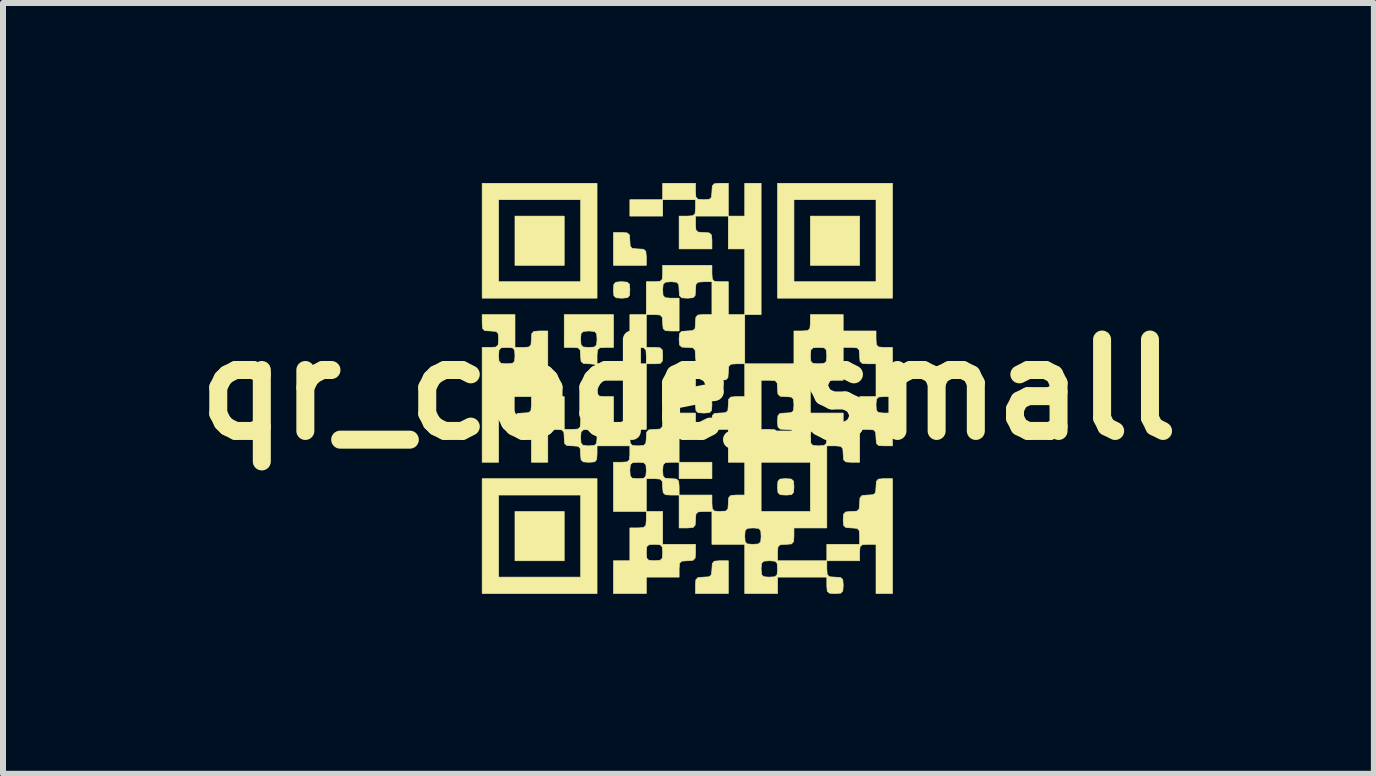
<source format=kicad_pcb>
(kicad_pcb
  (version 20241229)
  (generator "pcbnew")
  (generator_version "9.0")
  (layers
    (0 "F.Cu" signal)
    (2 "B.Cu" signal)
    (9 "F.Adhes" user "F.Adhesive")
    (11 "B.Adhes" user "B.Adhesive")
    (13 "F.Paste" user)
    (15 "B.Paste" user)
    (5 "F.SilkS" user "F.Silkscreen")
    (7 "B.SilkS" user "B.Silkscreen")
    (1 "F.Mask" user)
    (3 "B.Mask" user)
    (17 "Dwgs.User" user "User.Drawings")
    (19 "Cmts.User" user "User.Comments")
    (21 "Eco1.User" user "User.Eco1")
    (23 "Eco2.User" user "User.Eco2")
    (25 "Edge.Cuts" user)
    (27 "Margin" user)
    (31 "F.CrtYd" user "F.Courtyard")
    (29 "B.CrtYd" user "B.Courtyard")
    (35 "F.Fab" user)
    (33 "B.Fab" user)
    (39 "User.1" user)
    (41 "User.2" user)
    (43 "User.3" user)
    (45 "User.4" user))
  (footprint "qr_code_small"
    (layer "F.Cu")
    (at 8.426 3.444)
    (property "Reference" "qr_code_small" (at 0 0 0) (layer "F.SilkS") (effects (font (size 1.524 1.524) (thickness 0.3))))
    (attr through_hole)
    (fp_poly (pts (xy -2.071 -2.071) (xy -2.892 -2.071) (xy -2.892 -2.892) (xy -2.071 -2.892) (xy -2.071 -2.071)) (stroke (width 0.01) (type solid)) (fill yes) (layer "F.SilkS"))
    (fp_poly (pts (xy -2.071 2.853) (xy -2.892 2.853) (xy -2.892 2.032) (xy -2.071 2.032) (xy -2.071 2.853)) (stroke (width 0.01) (type solid)) (fill yes) (layer "F.SilkS"))
    (fp_poly (pts (xy -0.43 -2.892) (xy -0.977 -2.892) (xy -0.977 -3.165) (xy -0.43 -3.165) (xy -0.43 -2.892)) (stroke (width 0.01) (type solid)) (fill yes) (layer "F.SilkS"))
    (fp_poly (pts (xy 0.391 1.485) (xy -0.156 1.485) (xy -0.156 1.211) (xy 0.391 1.211) (xy 0.391 1.485)) (stroke (width 0.01) (type solid)) (fill yes) (layer "F.SilkS"))
    (fp_poly (pts (xy 2.853 -2.071) (xy 2.032 -2.071) (xy 2.032 -2.892) (xy 2.853 -2.892) (xy 2.853 -2.071)) (stroke (width 0.01) (type solid)) (fill yes) (layer "F.SilkS"))
    (fp_poly (pts (xy 0.938 -2.345) (xy 0.664 -2.345) (xy 0.664 -2.892) (xy 0.938 -2.892) (xy 0.938 -3.439) (xy 1.211 -3.439) (xy 1.211 -1.25) (xy 0.938 -1.25) (xy 0.938 -2.345)) (stroke (width 0.01) (type solid)) (fill yes) (layer "F.SilkS"))
    (fp_poly (pts (xy -1.524 -1.524) (xy -3.439 -1.524) (xy -3.439 -3.165) (xy -3.165 -3.165) (xy -3.165 -1.798) (xy -1.798 -1.798) (xy -1.798 -3.165) (xy -3.165 -3.165) (xy -3.439 -3.165) (xy -3.439 -3.439) (xy -1.524 -3.439) (xy -1.524 -1.524)) (stroke (width 0.01) (type solid)) (fill yes) (layer "F.SilkS"))
    (fp_poly (pts (xy -1.524 3.4) (xy -3.439 3.4) (xy -3.439 1.758) (xy -3.165 1.758) (xy -3.165 3.126) (xy -1.798 3.126) (xy -1.798 1.758) (xy -3.165 1.758) (xy -3.439 1.758) (xy -3.439 1.485) (xy -1.524 1.485) (xy -1.524 3.4)) (stroke (width 0.01) (type solid)) (fill yes) (layer "F.SilkS"))
    (fp_poly (pts (xy 3.4 -1.524) (xy 1.485 -1.524) (xy 1.485 -3.165) (xy 1.758 -3.165) (xy 1.758 -1.798) (xy 3.126 -1.798) (xy 3.126 -3.165) (xy 1.758 -3.165) (xy 1.485 -3.165) (xy 1.485 -3.439) (xy 3.4 -3.439) (xy 3.4 -1.524)) (stroke (width 0.01) (type solid)) (fill yes) (layer "F.SilkS"))
    (fp_poly (pts (xy 0.254 0.117) (xy 0.346 0.123) (xy 0.383 0.157) (xy 0.391 0.244) (xy 0.391 0.254) (xy 0.385 0.346) (xy 0.351 0.383) (xy 0.264 0.391) (xy 0.254 0.391) (xy 0.162 0.385) (xy 0.125 0.351) (xy 0.117 0.264) (xy 0.117 0.254) (xy 0.117 0.117) (xy 0.254 0.117)) (stroke (width 0.01) (type solid)) (fill yes) (layer "F.SilkS"))
    (fp_poly (pts (xy -1.022 -2.612) (xy -0.984 -2.578) (xy -0.977 -2.492) (xy -0.977 -2.481) (xy -0.971 -2.39) (xy -0.937 -2.352) (xy -0.851 -2.345) (xy -0.84 -2.345) (xy -0.748 -2.339) (xy -0.711 -2.304) (xy -0.703 -2.218) (xy -0.703 -2.208) (xy -0.703 -2.071) (xy -1.25 -2.071) (xy -1.25 -2.618) (xy -1.114 -2.618) (xy -1.022 -2.612)) (stroke (width 0.01) (type solid)) (fill yes) (layer "F.SilkS"))
    (fp_poly (pts (xy -1.022 -1.791) (xy -0.984 -1.757) (xy -0.977 -1.671) (xy -0.977 -1.661) (xy -0.983 -1.569) (xy -1.017 -1.532) (xy -1.103 -1.524) (xy -1.114 -1.524) (xy -1.205 -1.53) (xy -1.243 -1.564) (xy -1.25 -1.65) (xy -1.25 -1.661) (xy -1.244 -1.752) (xy -1.21 -1.79) (xy -1.124 -1.798) (xy -1.114 -1.798) (xy -1.022 -1.791)) (stroke (width 0.01) (type solid)) (fill yes) (layer "F.SilkS"))
    (fp_poly (pts (xy -0.43 0.117) (xy -0.43 -0.02) (xy -0.424 -0.111) (xy -0.39 -0.149) (xy -0.303 -0.156) (xy -0.293 -0.156) (xy -0.201 -0.162) (xy -0.164 -0.196) (xy -0.156 -0.283) (xy -0.156 -0.293) (xy -0.15 -0.385) (xy -0.116 -0.422) (xy -0.03 -0.43) (xy -0.02 -0.43) (xy 0.117 -0.43) (xy 0.117 0.117) (xy -0.43 0.117)) (stroke (width 0.01) (type solid)) (fill yes) (layer "F.SilkS"))
    (fp_poly (pts (xy 0.664 3.4) (xy 0.117 3.4) (xy 0.117 3.263) (xy 0.123 3.171) (xy 0.157 3.134) (xy 0.244 3.126) (xy 0.254 3.126) (xy 0.346 3.12) (xy 0.383 3.086) (xy 0.391 3) (xy 0.391 2.989) (xy 0.397 2.898) (xy 0.431 2.86) (xy 0.517 2.853) (xy 0.528 2.853) (xy 0.664 2.853) (xy 0.664 3.4)) (stroke (width 0.01) (type solid)) (fill yes) (layer "F.SilkS"))
    (fp_poly (pts (xy 1.713 1.491) (xy 1.751 1.525) (xy 1.758 1.611) (xy 1.758 1.622) (xy 1.752 1.713) (xy 1.718 1.751) (xy 1.632 1.758) (xy 1.622 1.758) (xy 1.53 1.752) (xy 1.492 1.718) (xy 1.485 1.632) (xy 1.485 1.622) (xy 1.491 1.53) (xy 1.525 1.492) (xy 1.611 1.485) (xy 1.622 1.485) (xy 1.713 1.491)) (stroke (width 0.01) (type solid)) (fill yes) (layer "F.SilkS"))
    (fp_poly (pts (xy 0.117 -2.892) (xy 0.117 -2.755) (xy 0.123 -2.663) (xy 0.157 -2.626) (xy 0.244 -2.618) (xy 0.254 -2.618) (xy 0.346 -2.612) (xy 0.383 -2.578) (xy 0.391 -2.492) (xy 0.391 -2.481) (xy 0.391 -2.345) (xy -0.156 -2.345) (xy -0.156 -2.892) (xy -0.02 -2.892) (xy 0.072 -2.898) (xy 0.11 -2.932) (xy 0.117 -3.018) (xy 0.117 -3.028) (xy 0.117 -3.165) (xy -0.43 -3.165) (xy -0.43 -3.439) (xy 0.117 -3.439) (xy 0.117 -3.302) (xy 0.123 -3.21) (xy 0.157 -3.173) (xy 0.244 -3.165) (xy 0.254 -3.165) (xy 0.346 -3.171) (xy 0.383 -3.205) (xy 0.391 -3.292) (xy 0.391 -3.302) (xy 0.397 -3.394) (xy 0.431 -3.431) (xy 0.517 -3.439) (xy 0.528 -3.439) (xy 0.664 -3.439) (xy 0.664 -2.892) (xy 0.117 -2.892)) (stroke (width 0.01) (type solid)) (fill yes) (layer "F.SilkS"))
    (fp_poly (pts (xy 2.306 2.579) (xy 2.853 2.579) (xy 2.853 2.442) (xy 2.847 2.351) (xy 2.812 2.313) (xy 2.726 2.306) (xy 2.716 2.306) (xy 2.624 2.299) (xy 2.587 2.265) (xy 2.579 2.179) (xy 2.579 2.169) (xy 2.585 2.077) (xy 2.619 2.04) (xy 2.705 2.032) (xy 2.716 2.032) (xy 2.808 2.026) (xy 2.845 1.992) (xy 2.853 1.906) (xy 2.853 1.895) (xy 2.859 1.804) (xy 2.893 1.766) (xy 2.979 1.758) (xy 2.989 1.758) (xy 3.081 1.752) (xy 3.119 1.718) (xy 3.126 1.632) (xy 3.126 1.622) (xy 3.132 1.53) (xy 3.166 1.492) (xy 3.253 1.485) (xy 3.263 1.485) (xy 3.4 1.485) (xy 3.4 3.4) (xy 3.126 3.4) (xy 3.126 2.579) (xy 2.989 2.579) (xy 2.898 2.585) (xy 2.86 2.619) (xy 2.853 2.705) (xy 2.853 2.716) (xy 2.853 2.853) (xy 2.306 2.853) (xy 2.306 2.579)) (stroke (width 0.01) (type solid)) (fill yes) (layer "F.SilkS"))
    (fp_poly (pts (xy -0.43 2.032) (xy -0.43 2.579) (xy 0.117 2.579) (xy 0.117 2.716) (xy 0.111 2.808) (xy 0.077 2.845) (xy -0.009 2.853) (xy -0.02 2.853) (xy -0.111 2.859) (xy -0.149 2.893) (xy -0.156 2.979) (xy -0.156 2.989) (xy -0.156 3.126) (xy -0.703 3.126) (xy -0.703 3.4) (xy -1.25 3.4) (xy -1.25 2.853) (xy -0.977 2.853) (xy -0.977 2.716) (xy -0.703 2.716) (xy -0.697 2.808) (xy -0.663 2.845) (xy -0.577 2.853) (xy -0.567 2.853) (xy -0.475 2.847) (xy -0.437 2.812) (xy -0.43 2.726) (xy -0.43 2.716) (xy -0.436 2.624) (xy -0.47 2.587) (xy -0.556 2.579) (xy -0.567 2.579) (xy -0.658 2.585) (xy -0.696 2.619) (xy -0.703 2.705) (xy -0.703 2.716) (xy -0.977 2.716) (xy -0.977 2.306) (xy -0.84 2.306) (xy -0.748 2.299) (xy -0.711 2.265) (xy -0.703 2.179) (xy -0.703 2.169) (xy -0.703 2.032) (xy -0.43 2.032)) (stroke (width 0.01) (type solid)) (fill yes) (layer "F.SilkS"))
    (fp_poly (pts (xy 2.306 2.989) (xy 2.312 3.081) (xy 2.346 3.119) (xy 2.432 3.126) (xy 2.442 3.126) (xy 2.534 3.132) (xy 2.572 3.166) (xy 2.579 3.253) (xy 2.579 3.263) (xy 2.573 3.355) (xy 2.539 3.392) (xy 2.453 3.4) (xy 2.442 3.4) (xy 2.351 3.394) (xy 2.313 3.36) (xy 2.306 3.273) (xy 2.306 3.263) (xy 2.306 3.126) (xy 1.485 3.126) (xy 1.485 3.4) (xy 0.938 3.4) (xy 0.938 2.989) (xy 1.211 2.989) (xy 1.217 3.081) (xy 1.252 3.119) (xy 1.338 3.126) (xy 1.348 3.126) (xy 1.44 3.12) (xy 1.477 3.086) (xy 1.485 3) (xy 1.485 2.989) (xy 1.479 2.898) (xy 1.445 2.86) (xy 1.359 2.853) (xy 1.348 2.853) (xy 1.256 2.859) (xy 1.219 2.893) (xy 1.211 2.979) (xy 1.211 2.989) (xy 0.938 2.989) (xy 0.938 2.579) (xy 0.391 2.579) (xy 0.391 2.442) (xy 0.938 2.442) (xy 0.944 2.534) (xy 0.978 2.572) (xy 1.064 2.579) (xy 1.075 2.579) (xy 1.166 2.573) (xy 1.204 2.539) (xy 1.211 2.453) (xy 1.211 2.442) (xy 1.205 2.351) (xy 1.171 2.313) (xy 1.085 2.306) (xy 1.075 2.306) (xy 0.983 2.312) (xy 0.945 2.346) (xy 0.938 2.432) (xy 0.938 2.442) (xy 0.391 2.442) (xy 0.391 2.032) (xy 0.254 2.032) (xy 0.162 2.038) (xy 0.125 2.072) (xy 0.117 2.158) (xy 0.117 2.169) (xy 0.111 2.26) (xy 0.077 2.298) (xy -0.009 2.306) (xy -0.02 2.306) (xy -0.156 2.306) (xy -0.156 1.758) (xy -0.293 1.758) (xy -0.385 1.752) (xy -0.422 1.718) (xy -0.43 1.632) (xy -0.43 1.622) (xy -0.436 1.53) (xy -0.47 1.492) (xy -0.556 1.485) (xy -0.567 1.485) (xy -0.703 1.485) (xy -0.703 2.032) (xy -1.25 2.032) (xy -1.25 1.348) (xy -0.977 1.348) (xy -0.971 1.44) (xy -0.937 1.477) (xy -0.851 1.485) (xy -0.84 1.485) (xy -0.748 1.479) (xy -0.711 1.445) (xy -0.703 1.359) (xy -0.703 1.348) (xy -0.709 1.256) (xy -0.744 1.219) (xy -0.83 1.211) (xy -0.84 1.211) (xy -0.932 1.217) (xy -0.969 1.252) (xy -0.977 1.338) (xy -0.977 1.348) (xy -1.25 1.348) (xy -1.25 1.211) (xy -1.114 1.211) (xy -1.022 1.205) (xy -0.984 1.171) (xy -0.977 1.085) (xy -0.977 1.075) (xy -0.977 0.938) (xy -1.524 0.938) (xy -1.524 1.075) (xy -1.53 1.166) (xy -1.564 1.204) (xy -1.65 1.211) (xy -1.661 1.211) (xy -1.752 1.205) (xy -1.79 1.171) (xy -1.798 1.085) (xy -1.798 1.075) (xy -1.804 0.983) (xy -1.838 0.945) (xy -1.924 0.938) (xy -1.934 0.938) (xy -2.026 0.932) (xy -2.064 0.898) (xy -2.071 0.811) (xy -2.071 0.801) (xy -1.798 0.801) (xy -1.791 0.893) (xy -1.757 0.93) (xy -1.671 0.938) (xy -1.661 0.938) (xy -1.569 0.932) (xy -1.532 0.898) (xy -1.524 0.811) (xy -1.524 0.801) (xy -1.53 0.709) (xy -1.564 0.672) (xy -1.65 0.664) (xy -1.661 0.664) (xy -1.752 0.67) (xy -1.79 0.704) (xy -1.798 0.791) (xy -1.798 0.801) (xy -2.071 0.801) (xy -2.077 0.709) (xy -2.111 0.672) (xy -2.197 0.664) (xy -2.208 0.664) (xy -2.345 0.664) (xy -2.345 1.211) (xy -2.618 1.211) (xy -2.618 0.664) (xy -2.755 0.664) (xy -2.847 0.658) (xy -2.884 0.624) (xy -2.892 0.538) (xy -2.892 0.528) (xy -2.886 0.436) (xy -2.852 0.398) (xy -2.765 0.391) (xy -2.755 0.391) (xy -2.663 0.385) (xy -2.626 0.351) (xy -2.618 0.264) (xy -2.618 0.254) (xy -2.618 0.117) (xy -3.165 0.117) (xy -3.165 1.211) (xy -3.439 1.211) (xy -3.439 -0.567) (xy -3.165 -0.567) (xy -3.159 -0.475) (xy -3.125 -0.437) (xy -3.039 -0.43) (xy -3.028 -0.43) (xy -2.937 -0.436) (xy -2.899 -0.47) (xy -2.892 -0.556) (xy -2.892 -0.567) (xy -2.898 -0.658) (xy -2.932 -0.696) (xy -3.018 -0.703) (xy -3.028 -0.703) (xy -3.12 -0.697) (xy -3.158 -0.663) (xy -3.165 -0.577) (xy -3.165 -0.567) (xy -3.439 -0.567) (xy -3.439 -0.703) (xy -3.302 -0.703) (xy -3.21 -0.709) (xy -3.173 -0.744) (xy -3.165 -0.83) (xy -3.165 -0.84) (xy -3.171 -0.932) (xy -3.205 -0.969) (xy -3.292 -0.977) (xy -3.302 -0.977) (xy -3.394 -0.983) (xy -3.431 -1.017) (xy -3.439 -1.103) (xy -3.439 -1.114) (xy -3.439 -1.25) (xy -2.892 -1.25) (xy -2.892 -0.703) (xy -2.755 -0.703) (xy -2.663 -0.709) (xy -2.626 -0.744) (xy -2.618 -0.83) (xy -2.618 -0.84) (xy -2.612 -0.932) (xy -2.578 -0.969) (xy -2.492 -0.977) (xy -2.481 -0.977) (xy -2.345 -0.977) (xy -2.345 0.117) (xy -2.071 0.117) (xy -2.071 0.664) (xy -1.934 0.664) (xy -1.843 0.658) (xy -1.805 0.624) (xy -1.798 0.538) (xy -1.798 0.528) (xy -1.791 0.436) (xy -1.757 0.398) (xy -1.671 0.391) (xy -1.661 0.391) (xy -1.569 0.385) (xy -1.532 0.351) (xy -1.524 0.264) (xy -1.524 0.254) (xy -1.53 0.162) (xy -1.564 0.125) (xy -1.65 0.117) (xy -1.661 0.117) (xy -1.752 0.111) (xy -1.79 0.077) (xy -1.798 -0.009) (xy -1.798 -0.02) (xy -1.791 -0.111) (xy -1.757 -0.149) (xy -1.671 -0.156) (xy -1.661 -0.156) (xy -1.524 -0.156) (xy -1.524 -0.02) (xy -1.518 0.072) (xy -1.484 0.11) (xy -1.398 0.117) (xy -1.387 0.117) (xy -1.25 0.117) (xy -1.25 0.664) (xy -1.114 0.664) (xy -1.022 0.67) (xy -0.984 0.704) (xy -0.977 0.791) (xy -0.977 0.801) (xy -0.971 0.893) (xy -0.937 0.93) (xy -0.851 0.938) (xy -0.84 0.938) (xy -0.748 0.932) (xy -0.711 0.898) (xy -0.703 0.811) (xy -0.703 0.801) (xy -0.697 0.709) (xy -0.663 0.672) (xy -0.577 0.664) (xy -0.567 0.664) (xy -0.475 0.658) (xy -0.437 0.624) (xy -0.43 0.538) (xy -0.43 0.528) (xy -0.43 0.391) (xy 0.117 0.391) (xy 0.117 0.528) (xy 0.111 0.619) (xy 0.077 0.657) (xy -0.009 0.664) (xy -0.02 0.664) (xy -0.156 0.664) (xy -0.156 1.211) (xy -0.293 1.211) (xy -0.385 1.217) (xy -0.422 1.252) (xy -0.43 1.338) (xy -0.43 1.348) (xy -0.424 1.44) (xy -0.39 1.477) (xy -0.303 1.485) (xy -0.293 1.485) (xy -0.201 1.491) (xy -0.164 1.525) (xy -0.156 1.611) (xy -0.156 1.622) (xy -0.156 1.758) (xy 0.391 1.758) (xy 0.391 1.895) (xy 0.397 1.987) (xy 0.431 2.024) (xy 0.517 2.032) (xy 0.528 2.032) (xy 0.619 2.026) (xy 0.657 1.992) (xy 0.664 1.906) (xy 0.664 1.895) (xy 0.67 1.804) (xy 0.704 1.766) (xy 0.791 1.758) (xy 0.801 1.758) (xy 0.938 1.758) (xy 0.938 1.211) (xy 1.211 1.211) (xy 1.211 2.032) (xy 2.032 2.032) (xy 2.032 1.211) (xy 1.211 1.211) (xy 0.938 1.211) (xy 0.664 1.211) (xy 0.664 0.664) (xy 0.528 0.664) (xy 0.436 0.658) (xy 0.398 0.624) (xy 0.391 0.538) (xy 0.391 0.528) (xy 0.397 0.436) (xy 0.431 0.398) (xy 0.517 0.391) (xy 0.528 0.391) (xy 0.619 0.385) (xy 0.657 0.351) (xy 0.664 0.264) (xy 0.664 0.254) (xy 0.67 0.162) (xy 0.704 0.125) (xy 0.791 0.117) (xy 0.801 0.117) (xy 0.938 0.117) (xy 0.938 -0.156) (xy 1.211 -0.156) (xy 1.211 0.664) (xy 1.348 0.664) (xy 1.44 0.67) (xy 1.477 0.704) (xy 1.485 0.791) (xy 1.485 0.801) (xy 1.491 0.893) (xy 1.525 0.93) (xy 1.611 0.938) (xy 1.622 0.938) (xy 1.713 0.932) (xy 1.751 0.898) (xy 1.758 0.811) (xy 1.758 0.801) (xy 2.032 0.801) (xy 2.038 0.893) (xy 2.072 0.93) (xy 2.158 0.938) (xy 2.169 0.938) (xy 2.26 0.932) (xy 2.298 0.898) (xy 2.306 0.811) (xy 2.306 0.801) (xy 2.299 0.709) (xy 2.265 0.672) (xy 2.179 0.664) (xy 2.169 0.664) (xy 2.077 0.67) (xy 2.04 0.704) (xy 2.032 0.791) (xy 2.032 0.801) (xy 1.758 0.801) (xy 1.752 0.709) (xy 1.718 0.672) (xy 1.632 0.664) (xy 1.622 0.664) (xy 1.53 0.658) (xy 1.492 0.624) (xy 1.485 0.538) (xy 1.485 0.528) (xy 1.491 0.436) (xy 1.525 0.398) (xy 1.611 0.391) (xy 1.622 0.391) (xy 1.713 0.385) (xy 1.751 0.351) (xy 1.758 0.264) (xy 1.758 0.254) (xy 1.752 0.162) (xy 1.718 0.125) (xy 1.632 0.117) (xy 1.622 0.117) (xy 1.53 0.111) (xy 1.492 0.077) (xy 1.485 -0.009) (xy 1.485 -0.02) (xy 1.479 -0.111) (xy 1.445 -0.149) (xy 1.359 -0.156) (xy 1.348 -0.156) (xy 2.032 -0.156) (xy 2.032 0.391) (xy 2.579 0.391) (xy 2.579 0.528) (xy 2.585 0.619) (xy 2.619 0.657) (xy 2.705 0.664) (xy 2.716 0.664) (xy 2.853 0.664) (xy 2.853 0.117) (xy 3.126 0.117) (xy 3.126 -0.43) (xy 2.989 -0.43) (xy 2.898 -0.436) (xy 2.86 -0.47) (xy 2.853 -0.556) (xy 2.853 -0.567) (xy 2.847 -0.658) (xy 2.812 -0.696) (xy 2.726 -0.703) (xy 2.716 -0.703) (xy 2.579 -0.703) (xy 2.579 -0.156) (xy 2.032 -0.156) (xy 1.348 -0.156) (xy 1.211 -0.156) (xy 0.938 -0.156) (xy 0.938 -0.43) (xy 0.801 -0.43) (xy 0.709 -0.424) (xy 0.672 -0.39) (xy 0.664 -0.303) (xy 0.664 -0.293) (xy 0.658 -0.201) (xy 0.624 -0.164) (xy 0.538 -0.156) (xy 0.528 -0.156) (xy 0.436 -0.162) (xy 0.398 -0.196) (xy 0.391 -0.283) (xy 0.391 -0.293) (xy 0.385 -0.385) (xy 0.351 -0.422) (xy 0.264 -0.43) (xy 0.254 -0.43) (xy 0.162 -0.436) (xy 0.125 -0.47) (xy 0.117 -0.556) (xy 0.117 -0.567) (xy 0.111 -0.658) (xy 0.077 -0.696) (xy -0.009 -0.703) (xy -0.02 -0.703) (xy -0.111 -0.709) (xy -0.149 -0.744) (xy -0.156 -0.83) (xy -0.156 -0.84) (xy -0.15 -0.932) (xy -0.116 -0.969) (xy -0.03 -0.977) (xy -0.02 -0.977) (xy 0.072 -0.983) (xy 0.11 -1.017) (xy 0.117 -1.103) (xy 0.117 -1.114) (xy 0.123 -1.205) (xy 0.157 -1.243) (xy 0.244 -1.25) (xy 0.254 -1.25) (xy 0.391 -1.25) (xy 0.391 -1.798) (xy 0.254 -1.798) (xy 0.162 -1.791) (xy 0.125 -1.757) (xy 0.117 -1.671) (xy 0.117 -1.661) (xy 0.111 -1.569) (xy 0.077 -1.532) (xy -0.009 -1.524) (xy -0.02 -1.524) (xy -0.111 -1.53) (xy -0.149 -1.564) (xy -0.156 -1.65) (xy -0.156 -1.661) (xy -0.162 -1.752) (xy -0.196 -1.79) (xy -0.283 -1.798) (xy -0.293 -1.798) (xy -0.385 -1.791) (xy -0.422 -1.757) (xy -0.43 -1.671) (xy -0.43 -1.661) (xy -0.424 -1.569) (xy -0.39 -1.532) (xy -0.303 -1.524) (xy -0.293 -1.524) (xy -0.156 -1.524) (xy -0.156 -0.977) (xy -0.293 -0.977) (xy -0.385 -0.983) (xy -0.422 -1.017) (xy -0.43 -1.103) (xy -0.43 -1.114) (xy -0.436 -1.205) (xy -0.47 -1.243) (xy -0.556 -1.25) (xy -0.567 -1.25) (xy -0.703 -1.25) (xy -0.703 -0.703) (xy -0.567 -0.703) (xy -0.475 -0.697) (xy -0.437 -0.663) (xy -0.43 -0.577) (xy -0.43 -0.567) (xy -0.436 -0.475) (xy -0.47 -0.437) (xy -0.556 -0.43) (xy -0.567 -0.43) (xy -0.703 -0.43) (xy -0.703 0.664) (xy -0.977 0.664) (xy -0.977 -0.156) (xy -1.524 -0.156) (xy -1.661 -0.156) (xy -1.569 -0.162) (xy -1.532 -0.196) (xy -1.524 -0.283) (xy -1.524 -0.293) (xy -1.53 -0.385) (xy -1.564 -0.422) (xy -1.65 -0.43) (xy -1.661 -0.43) (xy -1.752 -0.436) (xy -1.79 -0.47) (xy -1.798 -0.556) (xy -1.798 -0.567) (xy -1.804 -0.658) (xy -1.838 -0.696) (xy -1.924 -0.703) (xy -1.934 -0.703) (xy -2.071 -0.703) (xy -2.071 -0.84) (xy -1.798 -0.84) (xy -1.791 -0.748) (xy -1.757 -0.711) (xy -1.671 -0.703) (xy -1.661 -0.703) (xy -1.569 -0.709) (xy -1.532 -0.744) (xy -1.524 -0.83) (xy -1.524 -0.84) (xy -1.53 -0.932) (xy -1.564 -0.969) (xy -1.65 -0.977) (xy -1.661 -0.977) (xy -1.752 -0.971) (xy -1.79 -0.937) (xy -1.798 -0.851) (xy -1.798 -0.84) (xy -2.071 -0.84) (xy -2.071 -1.25) (xy -1.25 -1.25) (xy -1.25 -0.703) (xy -1.387 -0.703) (xy -1.479 -0.697) (xy -1.516 -0.663) (xy -1.524 -0.577) (xy -1.524 -0.567) (xy -1.524 -0.43) (xy -0.703 -0.43) (xy -0.703 -0.567) (xy -0.709 -0.658) (xy -0.744 -0.696) (xy -0.83 -0.703) (xy -0.84 -0.703) (xy -0.977 -0.703) (xy -0.977 -1.25) (xy -0.703 -1.25) (xy -0.703 -1.798) (xy -0.567 -1.798) (xy -0.475 -1.804) (xy -0.437 -1.838) (xy -0.43 -1.924) (xy -0.43 -1.934) (xy -0.43 -2.071) (xy 0.391 -2.071) (xy 0.391 -1.934) (xy 0.397 -1.843) (xy 0.431 -1.805) (xy 0.517 -1.798) (xy 0.528 -1.798) (xy 0.664 -1.798) (xy 0.664 -1.25) (xy 0.938 -1.25) (xy 0.938 -0.43) (xy 1.758 -0.43) (xy 1.758 -0.567) (xy 2.032 -0.567) (xy 2.038 -0.475) (xy 2.072 -0.437) (xy 2.158 -0.43) (xy 2.169 -0.43) (xy 2.26 -0.436) (xy 2.298 -0.47) (xy 2.306 -0.556) (xy 2.306 -0.567) (xy 2.299 -0.658) (xy 2.265 -0.696) (xy 2.179 -0.703) (xy 2.169 -0.703) (xy 2.077 -0.697) (xy 2.04 -0.663) (xy 2.032 -0.577) (xy 2.032 -0.567) (xy 1.758 -0.567) (xy 1.758 -0.977) (xy 1.895 -0.977) (xy 1.987 -0.983) (xy 2.024 -1.017) (xy 2.032 -1.103) (xy 2.032 -1.114) (xy 2.032 -1.25) (xy 2.579 -1.25) (xy 2.579 -0.977) (xy 3.126 -0.977) (xy 3.126 -0.84) (xy 3.132 -0.748) (xy 3.166 -0.711) (xy 3.253 -0.703) (xy 3.263 -0.703) (xy 3.4 -0.703) (xy 3.4 0.117) (xy 3.263 0.117) (xy 3.171 0.123) (xy 3.134 0.157) (xy 3.126 0.244) (xy 3.126 0.254) (xy 3.132 0.346) (xy 3.166 0.383) (xy 3.253 0.391) (xy 3.263 0.391) (xy 3.4 0.391) (xy 3.4 0.938) (xy 3.263 0.938) (xy 3.171 0.932) (xy 3.134 0.898) (xy 3.126 0.811) (xy 3.126 0.801) (xy 3.12 0.709) (xy 3.086 0.672) (xy 3 0.664) (xy 2.989 0.664) (xy 2.853 0.664) (xy 2.853 1.211) (xy 2.716 1.211) (xy 2.624 1.205) (xy 2.587 1.171) (xy 2.579 1.085) (xy 2.579 1.075) (xy 2.573 0.983) (xy 2.539 0.945) (xy 2.453 0.938) (xy 2.442 0.938) (xy 2.306 0.938) (xy 2.306 2.306) (xy 1.758 2.306) (xy 1.758 2.442) (xy 1.752 2.534) (xy 1.718 2.572) (xy 1.632 2.579) (xy 1.622 2.579) (xy 1.53 2.585) (xy 1.492 2.619) (xy 1.485 2.705) (xy 1.485 2.716) (xy 1.485 2.853) (xy 2.306 2.853) (xy 2.306 2.989)) (stroke (width 0.01) (type solid)) (fill yes) (layer "F.SilkS")))
  (gr_rect
    (start -3 -3)
    (end 19.851 9.848)
    (stroke (width 0.1) (type default))
    (fill no)
    (layer "Edge.Cuts")))
</source>
